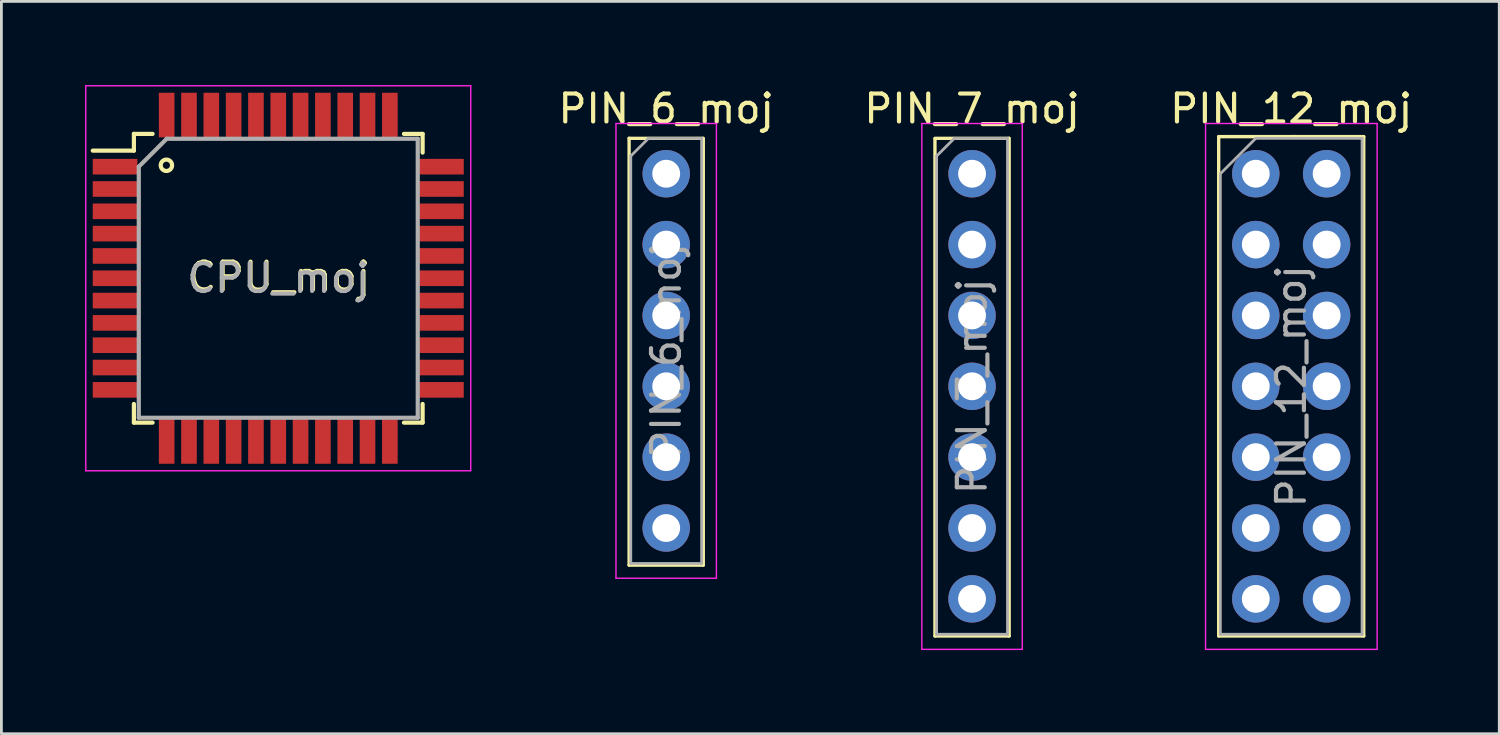
<source format=kicad_pcb>
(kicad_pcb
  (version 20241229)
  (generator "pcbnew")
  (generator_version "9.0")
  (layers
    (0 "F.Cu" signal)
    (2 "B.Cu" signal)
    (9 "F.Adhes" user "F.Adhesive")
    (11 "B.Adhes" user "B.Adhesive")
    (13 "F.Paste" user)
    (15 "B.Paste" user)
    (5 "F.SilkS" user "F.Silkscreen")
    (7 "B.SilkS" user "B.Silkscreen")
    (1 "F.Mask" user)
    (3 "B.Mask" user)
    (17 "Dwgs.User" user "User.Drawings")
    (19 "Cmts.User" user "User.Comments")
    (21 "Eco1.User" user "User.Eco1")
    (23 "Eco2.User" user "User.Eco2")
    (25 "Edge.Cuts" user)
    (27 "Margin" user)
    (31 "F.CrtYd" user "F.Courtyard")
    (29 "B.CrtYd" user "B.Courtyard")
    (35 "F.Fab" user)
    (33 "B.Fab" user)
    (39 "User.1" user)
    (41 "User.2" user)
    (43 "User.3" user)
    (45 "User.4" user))
  (footprint "PIN_7_moj"
    (layer "F.Cu")
    (at 31.796 3.178)
    (property "Reference" "PIN_7_moj" (at 0 -2.33 0) (layer "F.SilkS") (effects (font (size 1 1) (thickness 0.15))))
    (attr through_hole)
    (fp_line (start -1.33 -1.27) (end 1.32 -1.27) (stroke (width 0.12) (type solid)) (layer "F.SilkS"))
    (fp_line (start -1.33 -1.25) (end -1.33 16.57) (stroke (width 0.12) (type solid)) (layer "F.SilkS"))
    (fp_line (start -1.33 16.57) (end 1.33 16.57) (stroke (width 0.12) (type solid)) (layer "F.SilkS"))
    (fp_line (start 1.33 -1.27) (end 1.33 16.57) (stroke (width 0.12) (type solid)) (layer "F.SilkS"))
    (fp_line (start -1.8 -1.8) (end -1.8 17.05) (stroke (width 0.05) (type solid)) (layer "F.CrtYd"))
    (fp_line (start -1.8 17.05) (end 1.8 17.05) (stroke (width 0.05) (type solid)) (layer "F.CrtYd"))
    (fp_line (start 1.8 -1.8) (end -1.8 -1.8) (stroke (width 0.05) (type solid)) (layer "F.CrtYd"))
    (fp_line (start 1.8 17.05) (end 1.8 -1.8) (stroke (width 0.05) (type solid)) (layer "F.CrtYd"))
    (fp_line (start -1.27 -0.635) (end -0.635 -1.27) (stroke (width 0.1) (type solid)) (layer "F.Fab"))
    (fp_line (start -1.27 16.51) (end -1.27 -0.635) (stroke (width 0.1) (type solid)) (layer "F.Fab"))
    (fp_line (start -0.635 -1.27) (end 1.27 -1.27) (stroke (width 0.1) (type solid)) (layer "F.Fab"))
    (fp_line (start 1.27 -1.27) (end 1.27 16.51) (stroke (width 0.1) (type solid)) (layer "F.Fab"))
    (fp_line (start 1.27 16.51) (end -1.27 16.51) (stroke (width 0.1) (type solid)) (layer "F.Fab"))
    (fp_text user "${REFERENCE}" (at 0 7.62 90) (layer "F.Fab") (effects (font (size 1 1) (thickness 0.15))))
    (pad "1" thru_hole circle (at 0 0) (size 1.7 1.7) (drill 1) (layers "*.Cu" "*.Mask"))
    (pad "2" thru_hole oval (at 0 2.54) (size 1.7 1.7) (drill 1) (layers "*.Cu" "*.Mask"))
    (pad "3" thru_hole oval (at 0 5.08) (size 1.7 1.7) (drill 1) (layers "*.Cu" "*.Mask"))
    (pad "4" thru_hole oval (at 0 7.62) (size 1.7 1.7) (drill 1) (layers "*.Cu" "*.Mask"))
    (pad "5" thru_hole oval (at 0 10.16) (size 1.7 1.7) (drill 1) (layers "*.Cu" "*.Mask"))
    (pad "6" thru_hole oval (at 0 12.7) (size 1.7 1.7) (drill 1) (layers "*.Cu" "*.Mask"))
    (pad "7" thru_hole oval (at 0 15.24) (size 1.7 1.7) (drill 1) (layers "*.Cu" "*.Mask")))
  (footprint "PIN_12_moj"
    (layer "F.Cu")
    (at 41.967 3.178)
    (property "Reference" "PIN_12_moj" (at 1.27 -2.33 0) (layer "F.SilkS") (effects (font (size 1 1) (thickness 0.15))))
    (attr through_hole)
    (fp_line (start -1.33 -1.33) (end 1.46 -1.33) (stroke (width 0.12) (type solid)) (layer "F.SilkS"))
    (fp_line (start -1.33 1.27) (end -1.33 16.57) (stroke (width 0.12) (type solid)) (layer "F.SilkS"))
    (fp_line (start -1.33 1.32) (end -1.33 -1.33) (stroke (width 0.12) (type solid)) (layer "F.SilkS"))
    (fp_line (start -1.33 16.57) (end 3.87 16.57) (stroke (width 0.12) (type solid)) (layer "F.SilkS"))
    (fp_line (start 1.27 -1.33) (end 3.87 -1.33) (stroke (width 0.12) (type solid)) (layer "F.SilkS"))
    (fp_line (start 3.87 -1.33) (end 3.87 16.57) (stroke (width 0.12) (type solid)) (layer "F.SilkS"))
    (fp_line (start -1.8 -1.8) (end -1.8 17.05) (stroke (width 0.05) (type solid)) (layer "F.CrtYd"))
    (fp_line (start -1.8 17.05) (end 4.35 17.05) (stroke (width 0.05) (type solid)) (layer "F.CrtYd"))
    (fp_line (start 4.35 -1.8) (end -1.8 -1.8) (stroke (width 0.05) (type solid)) (layer "F.CrtYd"))
    (fp_line (start 4.35 17.05) (end 4.35 -1.8) (stroke (width 0.05) (type solid)) (layer "F.CrtYd"))
    (fp_line (start -1.27 0) (end 0 -1.27) (stroke (width 0.1) (type solid)) (layer "F.Fab"))
    (fp_line (start -1.27 16.51) (end -1.27 0) (stroke (width 0.1) (type solid)) (layer "F.Fab"))
    (fp_line (start 0 -1.27) (end 3.81 -1.27) (stroke (width 0.1) (type solid)) (layer "F.Fab"))
    (fp_line (start 3.81 -1.27) (end 3.81 16.51) (stroke (width 0.1) (type solid)) (layer "F.Fab"))
    (fp_line (start 3.81 16.51) (end -1.27 16.51) (stroke (width 0.1) (type solid)) (layer "F.Fab"))
    (fp_text user "${REFERENCE}" (at 1.27 7.62 90) (layer "F.Fab") (effects (font (size 1 1) (thickness 0.15))))
    (pad "1" thru_hole circle (at 0 0) (size 1.7 1.7) (drill 1) (layers "*.Cu" "*.Mask"))
    (pad "2" thru_hole oval (at 2.54 0) (size 1.7 1.7) (drill 1) (layers "*.Cu" "*.Mask"))
    (pad "3" thru_hole oval (at 0 2.54) (size 1.7 1.7) (drill 1) (layers "*.Cu" "*.Mask"))
    (pad "4" thru_hole oval (at 2.54 2.54) (size 1.7 1.7) (drill 1) (layers "*.Cu" "*.Mask"))
    (pad "5" thru_hole oval (at 0 5.08) (size 1.7 1.7) (drill 1) (layers "*.Cu" "*.Mask"))
    (pad "6" thru_hole oval (at 2.54 5.08) (size 1.7 1.7) (drill 1) (layers "*.Cu" "*.Mask"))
    (pad "7" thru_hole oval (at 0 7.62) (size 1.7 1.7) (drill 1) (layers "*.Cu" "*.Mask"))
    (pad "8" thru_hole oval (at 2.54 7.62) (size 1.7 1.7) (drill 1) (layers "*.Cu" "*.Mask"))
    (pad "9" thru_hole oval (at 0 10.16) (size 1.7 1.7) (drill 1) (layers "*.Cu" "*.Mask"))
    (pad "10" thru_hole oval (at 2.54 10.16) (size 1.7 1.7) (drill 1) (layers "*.Cu" "*.Mask"))
    (pad "11" thru_hole oval (at 0 12.7) (size 1.7 1.7) (drill 1) (layers "*.Cu" "*.Mask"))
    (pad "12" thru_hole oval (at 2.54 12.7) (size 1.7 1.7) (drill 1) (layers "*.Cu" "*.Mask"))
    (pad "13" thru_hole oval (at 0 15.24) (size 1.7 1.7) (drill 1) (layers "*.Cu" "*.Mask"))
    (pad "14" thru_hole oval (at 2.54 15.24) (size 1.7 1.7) (drill 1) (layers "*.Cu" "*.Mask")))
  (footprint "PIN_6_moj"
    (layer "F.Cu")
    (at 20.832 3.178)
    (property "Reference" "PIN_6_moj" (at 0 -2.33 0) (layer "F.SilkS") (effects (font (size 1 1) (thickness 0.15))))
    (attr through_hole)
    (fp_line (start -1.33 -1.27) (end -1.33 14.03) (stroke (width 0.12) (type solid)) (layer "F.SilkS"))
    (fp_line (start -1.33 -1.27) (end 1.31 -1.27) (stroke (width 0.12) (type solid)) (layer "F.SilkS"))
    (fp_line (start -1.33 14.03) (end 1.33 14.03) (stroke (width 0.12) (type solid)) (layer "F.SilkS"))
    (fp_line (start 1.33 -1.27) (end 1.33 14.03) (stroke (width 0.12) (type solid)) (layer "F.SilkS"))
    (fp_line (start -1.8 -1.8) (end -1.8 14.5) (stroke (width 0.05) (type solid)) (layer "F.CrtYd"))
    (fp_line (start -1.8 14.5) (end 1.8 14.5) (stroke (width 0.05) (type solid)) (layer "F.CrtYd"))
    (fp_line (start 1.8 -1.8) (end -1.8 -1.8) (stroke (width 0.05) (type solid)) (layer "F.CrtYd"))
    (fp_line (start 1.8 14.5) (end 1.8 -1.8) (stroke (width 0.05) (type solid)) (layer "F.CrtYd"))
    (fp_line (start -1.27 -0.635) (end -0.635 -1.27) (stroke (width 0.1) (type solid)) (layer "F.Fab"))
    (fp_line (start -1.27 13.97) (end -1.27 -0.635) (stroke (width 0.1) (type solid)) (layer "F.Fab"))
    (fp_line (start -0.635 -1.27) (end 1.27 -1.27) (stroke (width 0.1) (type solid)) (layer "F.Fab"))
    (fp_line (start 1.27 -1.27) (end 1.27 13.97) (stroke (width 0.1) (type solid)) (layer "F.Fab"))
    (fp_line (start 1.27 13.97) (end -1.27 13.97) (stroke (width 0.1) (type solid)) (layer "F.Fab"))
    (fp_text user "${REFERENCE}" (at 0 6.35 90) (layer "F.Fab") (effects (font (size 1 1) (thickness 0.15))))
    (pad "1" thru_hole circle (at 0 0) (size 1.7 1.7) (drill 1) (layers "*.Cu" "*.Mask"))
    (pad "2" thru_hole oval (at 0 2.54) (size 1.7 1.7) (drill 1) (layers "*.Cu" "*.Mask"))
    (pad "3" thru_hole oval (at 0 5.08) (size 1.7 1.7) (drill 1) (layers "*.Cu" "*.Mask"))
    (pad "4" thru_hole oval (at 0 7.62) (size 1.7 1.7) (drill 1) (layers "*.Cu" "*.Mask"))
    (pad "5" thru_hole oval (at 0 10.16) (size 1.7 1.7) (drill 1) (layers "*.Cu" "*.Mask"))
    (pad "6" thru_hole oval (at 0 12.7) (size 1.7 1.7) (drill 1) (layers "*.Cu" "*.Mask")))
  (footprint "CPU_moj"
    (layer "F.Cu")
    (at 6.925 6.925)
    (property "Reference" "CPU_moj" (at 0.03 -0.05 0) (layer "F.SilkS") (effects (font (size 1 1) (thickness 0.15))))
    (attr smd)
    (fp_line (start -5.175 -5.175) (end -5.175 -4.575) (stroke (width 0.15) (type solid)) (layer "F.SilkS"))
    (fp_line (start -5.175 -5.175) (end -4.505 -5.175) (stroke (width 0.15) (type solid)) (layer "F.SilkS"))
    (fp_line (start -5.175 -4.575) (end -6.65 -4.575) (stroke (width 0.15) (type solid)) (layer "F.SilkS"))
    (fp_line (start -5.175 5.175) (end -5.175 4.505) (stroke (width 0.15) (type solid)) (layer "F.SilkS"))
    (fp_line (start -5.175 5.175) (end -4.505 5.175) (stroke (width 0.15) (type solid)) (layer "F.SilkS"))
    (fp_line (start 5.175 -5.175) (end 4.505 -5.175) (stroke (width 0.15) (type solid)) (layer "F.SilkS"))
    (fp_line (start 5.175 -5.175) (end 5.175 -4.505) (stroke (width 0.15) (type solid)) (layer "F.SilkS"))
    (fp_line (start 5.175 5.175) (end 4.505 5.175) (stroke (width 0.15) (type solid)) (layer "F.SilkS"))
    (fp_line (start 5.175 5.175) (end 5.175 4.505) (stroke (width 0.15) (type solid)) (layer "F.SilkS"))
    (fp_circle (center -4.01 -4.05) (end -3.81 -4.01) (stroke (width 0.15) (type solid)) (fill no) (layer "F.SilkS"))
    (fp_line (start -6.9 -6.9) (end -6.9 6.9) (stroke (width 0.05) (type solid)) (layer "F.CrtYd"))
    (fp_line (start -6.9 -6.9) (end 6.9 -6.9) (stroke (width 0.05) (type solid)) (layer "F.CrtYd"))
    (fp_line (start -6.9 6.9) (end 6.9 6.9) (stroke (width 0.05) (type solid)) (layer "F.CrtYd"))
    (fp_line (start 6.9 -6.9) (end 6.9 6.9) (stroke (width 0.05) (type solid)) (layer "F.CrtYd"))
    (fp_line (start -5 -4) (end -4 -5) (stroke (width 0.15) (type solid)) (layer "F.Fab"))
    (fp_line (start -5 5) (end -5 -4) (stroke (width 0.15) (type solid)) (layer "F.Fab"))
    (fp_line (start -4 -5) (end 5 -5) (stroke (width 0.15) (type solid)) (layer "F.Fab"))
    (fp_line (start 5 -5) (end 5 5) (stroke (width 0.15) (type solid)) (layer "F.Fab"))
    (fp_line (start 5 5) (end -5 5) (stroke (width 0.15) (type solid)) (layer "F.Fab"))
    (fp_text user "${REFERENCE}" (at 0 0 0) (layer "F.Fab") (effects (font (size 1 1) (thickness 0.15))))
    (pad "1" smd rect (at -5.85 -4) (size 1.6 0.56) (layers "F.Cu" "F.Mask" "F.Paste"))
    (pad "2" smd rect (at -5.85 -3.2) (size 1.6 0.56) (layers "F.Cu" "F.Mask" "F.Paste"))
    (pad "3" smd rect (at -5.85 -2.4) (size 1.6 0.56) (layers "F.Cu" "F.Mask" "F.Paste"))
    (pad "4" smd rect (at -5.85 -1.6) (size 1.6 0.56) (layers "F.Cu" "F.Mask" "F.Paste"))
    (pad "5" smd rect (at -5.85 -0.8) (size 1.6 0.56) (layers "F.Cu" "F.Mask" "F.Paste"))
    (pad "6" smd rect (at -5.85 0) (size 1.6 0.56) (layers "F.Cu" "F.Mask" "F.Paste"))
    (pad "7" smd rect (at -5.85 0.8) (size 1.6 0.56) (layers "F.Cu" "F.Mask" "F.Paste"))
    (pad "8" smd rect (at -5.85 1.6) (size 1.6 0.56) (layers "F.Cu" "F.Mask" "F.Paste"))
    (pad "9" smd rect (at -5.85 2.4) (size 1.6 0.56) (layers "F.Cu" "F.Mask" "F.Paste"))
    (pad "10" smd rect (at -5.85 3.2) (size 1.6 0.56) (layers "F.Cu" "F.Mask" "F.Paste"))
    (pad "11" smd rect (at -5.85 4) (size 1.6 0.56) (layers "F.Cu" "F.Mask" "F.Paste"))
    (pad "12" smd rect (at -4 5.85 90) (size 1.6 0.56) (layers "F.Cu" "F.Mask" "F.Paste"))
    (pad "13" smd rect (at -3.2 5.85 90) (size 1.6 0.56) (layers "F.Cu" "F.Mask" "F.Paste"))
    (pad "14" smd rect (at -2.4 5.85 90) (size 1.6 0.56) (layers "F.Cu" "F.Mask" "F.Paste"))
    (pad "15" smd rect (at -1.6 5.85 90) (size 1.6 0.56) (layers "F.Cu" "F.Mask" "F.Paste"))
    (pad "16" smd rect (at -0.8 5.85 90) (size 1.6 0.56) (layers "F.Cu" "F.Mask" "F.Paste"))
    (pad "17" smd rect (at 0 5.85 90) (size 1.6 0.56) (layers "F.Cu" "F.Mask" "F.Paste"))
    (pad "18" smd rect (at 0.8 5.85 90) (size 1.6 0.56) (layers "F.Cu" "F.Mask" "F.Paste"))
    (pad "19" smd rect (at 1.6 5.85 90) (size 1.6 0.56) (layers "F.Cu" "F.Mask" "F.Paste"))
    (pad "20" smd rect (at 2.4 5.85 90) (size 1.6 0.56) (layers "F.Cu" "F.Mask" "F.Paste"))
    (pad "21" smd rect (at 3.2 5.85 90) (size 1.6 0.56) (layers "F.Cu" "F.Mask" "F.Paste"))
    (pad "22" smd rect (at 4 5.85 90) (size 1.6 0.56) (layers "F.Cu" "F.Mask" "F.Paste"))
    (pad "23" smd rect (at 5.85 4) (size 1.6 0.56) (layers "F.Cu" "F.Mask" "F.Paste"))
    (pad "24" smd rect (at 5.85 3.2) (size 1.6 0.56) (layers "F.Cu" "F.Mask" "F.Paste"))
    (pad "25" smd rect (at 5.85 2.4) (size 1.6 0.56) (layers "F.Cu" "F.Mask" "F.Paste"))
    (pad "26" smd rect (at 5.85 1.6) (size 1.6 0.56) (layers "F.Cu" "F.Mask" "F.Paste"))
    (pad "27" smd rect (at 5.85 0.8) (size 1.6 0.56) (layers "F.Cu" "F.Mask" "F.Paste"))
    (pad "28" smd rect (at 5.85 0) (size 1.6 0.56) (layers "F.Cu" "F.Mask" "F.Paste"))
    (pad "29" smd rect (at 5.85 -0.8) (size 1.6 0.56) (layers "F.Cu" "F.Mask" "F.Paste"))
    (pad "30" smd rect (at 5.85 -1.6) (size 1.6 0.56) (layers "F.Cu" "F.Mask" "F.Paste"))
    (pad "31" smd rect (at 5.85 -2.4) (size 1.6 0.56) (layers "F.Cu" "F.Mask" "F.Paste"))
    (pad "32" smd rect (at 5.85 -3.2) (size 1.6 0.56) (layers "F.Cu" "F.Mask" "F.Paste"))
    (pad "33" smd rect (at 5.85 -4) (size 1.6 0.56) (layers "F.Cu" "F.Mask" "F.Paste"))
    (pad "34" smd rect (at 4 -5.85 90) (size 1.6 0.56) (layers "F.Cu" "F.Mask" "F.Paste"))
    (pad "35" smd rect (at 3.2 -5.85 90) (size 1.6 0.56) (layers "F.Cu" "F.Mask" "F.Paste"))
    (pad "36" smd rect (at 2.4 -5.85 90) (size 1.6 0.56) (layers "F.Cu" "F.Mask" "F.Paste"))
    (pad "37" smd rect (at 1.6 -5.85 90) (size 1.6 0.56) (layers "F.Cu" "F.Mask" "F.Paste"))
    (pad "38" smd rect (at 0.8 -5.85 90) (size 1.6 0.56) (layers "F.Cu" "F.Mask" "F.Paste"))
    (pad "39" smd rect (at 0 -5.85 90) (size 1.6 0.56) (layers "F.Cu" "F.Mask" "F.Paste"))
    (pad "40" smd rect (at -0.8 -5.85 90) (size 1.6 0.56) (layers "F.Cu" "F.Mask" "F.Paste"))
    (pad "41" smd rect (at -1.6 -5.85 90) (size 1.6 0.56) (layers "F.Cu" "F.Mask" "F.Paste"))
    (pad "42" smd rect (at -2.4 -5.85 90) (size 1.6 0.56) (layers "F.Cu" "F.Mask" "F.Paste"))
    (pad "43" smd rect (at -3.2 -5.85 90) (size 1.6 0.56) (layers "F.Cu" "F.Mask" "F.Paste"))
    (pad "44" smd rect (at -4 -5.85 90) (size 1.6 0.56) (layers "F.Cu" "F.Mask" "F.Paste")))
  (gr_rect
    (start -3 -3)
    (end 50.695 23.253)
    (stroke (width 0.1) (type default))
    (fill no)
    (layer "Edge.Cuts")))
</source>
